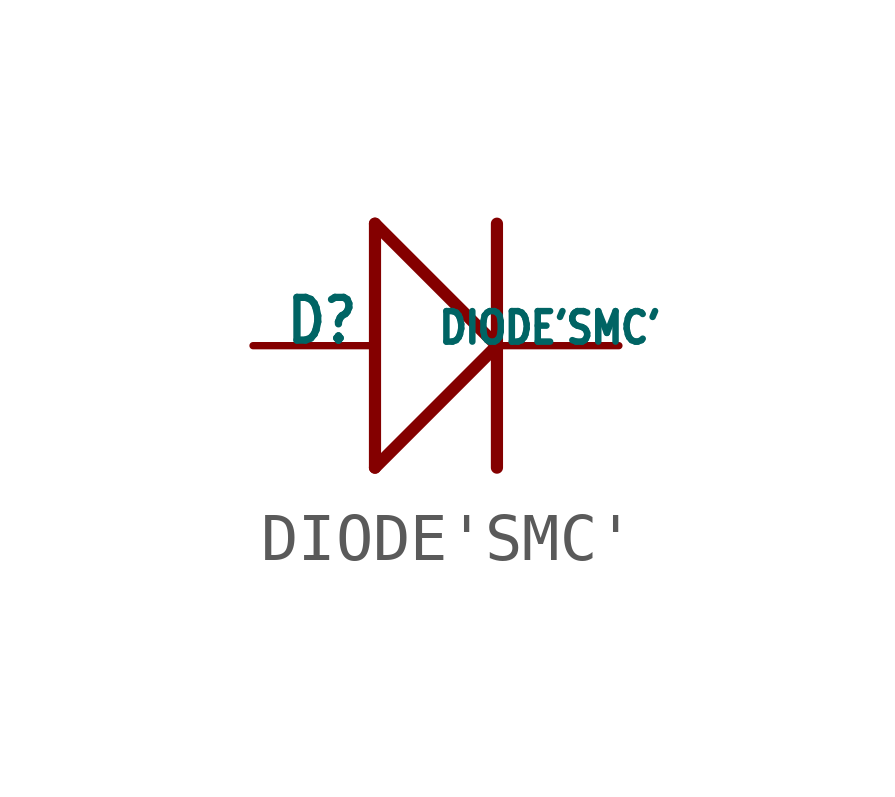
<source format=kicad_sym>
(kicad_symbol_lib
  (version 20211014)
  (generator kicad_symbol_editor)
  (symbol "DIODE'SMC'"
    (property "Reference" "D"
      (at -3.175 0 0)
      (effects (font (size 0.889 0.756)) (justify left bottom)))
    (property "Value" "DIODE'SMC'"
      (at 0 0 0)
      (effects (font (size 0.635 0.54)) (justify left bottom)))
    (property "ki_locked" ""
      (at 0 0 0)
      (effects (font (size 1.27 1.27))))
    (symbol "DIODE'SMC'_1_0"
      (polyline (pts (xy -1.27 -2.54) (xy -1.27 2.54)) (stroke (width 0.254) (type default) (color 0 0 0 0)) (fill (type none)))
      (polyline (pts (xy -1.27 -2.54) (xy 1.27 0)) (stroke (width 0.254) (type default) (color 0 0 0 0)) (fill (type none)))
      (polyline (pts (xy -1.27 2.54) (xy 1.27 0)) (stroke (width 0.254) (type default) (color 0 0 0 0)) (fill (type none)))
      (polyline (pts (xy 1.27 2.54) (xy 1.27 -2.54)) (stroke (width 0.254) (type default) (color 0 0 0 0)) (fill (type none)))
      (pin passive line (at -3.81 0 0) (length 2.54) (name "+" (effects (font (size 0 0)))) (number "1" (effects (font (size 0 0)))))
      (pin passive line (at 3.81 0 180) (length 2.54) (name "-" (effects (font (size 0 0)))) (number "2" (effects (font (size 0 0))))))))
</source>
